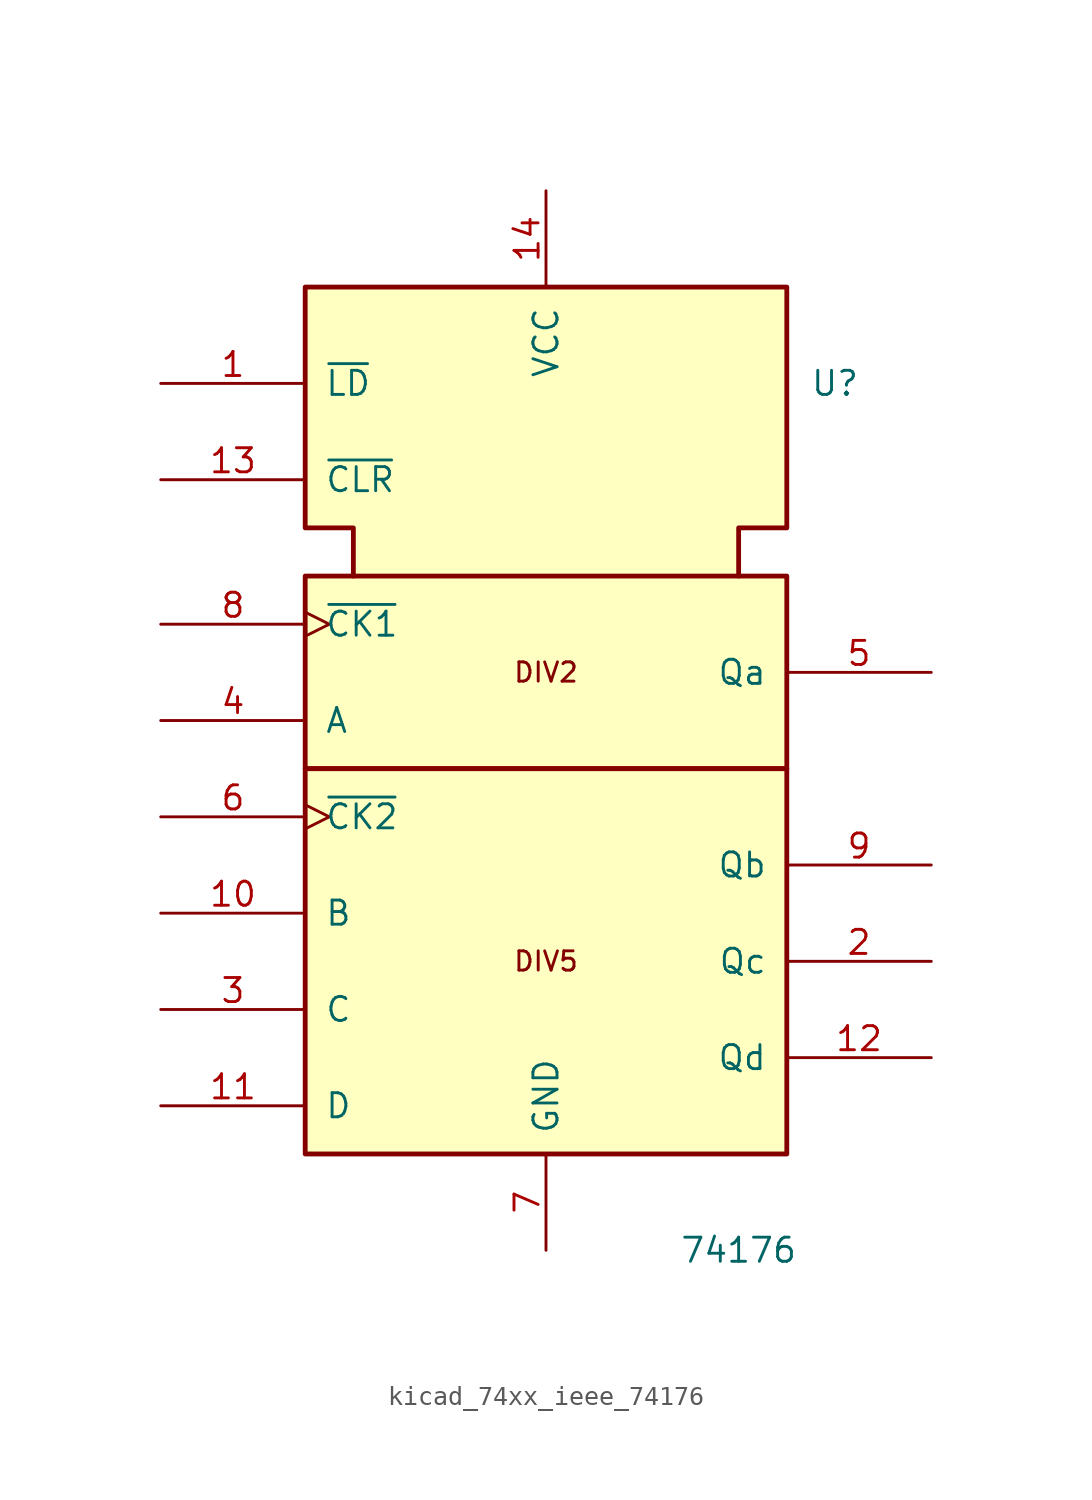
<source format=kicad_sym>
(kicad_symbol_lib
  (version 20220914)
  (generator kicad_symbol_editor)
  (symbol "kicad_74xx_ieee_74176"
    (pin_names
      (offset 1.016))
    (property "Reference" "U"
      (at 15.24 12.7 0)
      (effects (font (size 1.27 1.27))))
    (property "Value" "74176"
      (at 10.16 -33.02 0)
      (effects (font (size 1.27 1.27))))
    (symbol "kicad_74xx_ieee_74176_0_0"
      (polyline (pts (xy -10.16 2.54) (xy -10.16 5.08) (xy -12.7 5.08) (xy -12.7 17.78) (xy 12.7 17.78) (xy 12.7 5.08) (xy 10.16 5.08) (xy 10.16 2.54) (xy 10.16 2.54)) (stroke (width 0.254) (type default)) (fill (type background)))
      (text "DIV2" (at 0 -2.54 0) (effects (font (size 1.016 1.016))))
      (text "DIV5" (at 0 -17.78 0) (effects (font (size 1.016 1.016)))))
    (symbol "kicad_74xx_ieee_74176_0_1"
      (rectangle (start -12.7 -7.62) (end 12.7 -27.94) (stroke (width 0.254) (type default)) (fill (type background)))
      (rectangle (start -12.7 2.54) (end 12.7 -7.62) (stroke (width 0.254) (type default)) (fill (type background)))
      (pin power_in line (at 0 22.86 270) (length 5.08) (name "VCC" (effects (font (size 1.27 1.27)))) (number "14" (effects (font (size 1.27 1.27)))))
      (pin power_in line (at 0 -33.02 90) (length 5.08) (name "GND" (effects (font (size 1.27 1.27)))) (number "7" (effects (font (size 1.27 1.27))))))
    (symbol "kicad_74xx_ieee_74176_1_1"
      (pin input line (at -20.32 12.7 0) (length 7.62) (name "~{LD}" (effects (font (size 1.27 1.27)))) (number "1" (effects (font (size 1.27 1.27)))))
      (pin input line (at -20.32 -15.24 0) (length 7.62) (name "B" (effects (font (size 1.27 1.27)))) (number "10" (effects (font (size 1.27 1.27)))))
      (pin input line (at -20.32 -25.4 0) (length 7.62) (name "D" (effects (font (size 1.27 1.27)))) (number "11" (effects (font (size 1.27 1.27)))))
      (pin output line (at 20.32 -22.86 180) (length 7.62) (name "Qd" (effects (font (size 1.27 1.27)))) (number "12" (effects (font (size 1.27 1.27)))))
      (pin input line (at -20.32 7.62 0) (length 7.62) (name "~{CLR}" (effects (font (size 1.27 1.27)))) (number "13" (effects (font (size 1.27 1.27)))))
      (pin output line (at 20.32 -17.78 180) (length 7.62) (name "Qc" (effects (font (size 1.27 1.27)))) (number "2" (effects (font (size 1.27 1.27)))))
      (pin input line (at -20.32 -20.32 0) (length 7.62) (name "C" (effects (font (size 1.27 1.27)))) (number "3" (effects (font (size 1.27 1.27)))))
      (pin input line (at -20.32 -5.08 0) (length 7.62) (name "A" (effects (font (size 1.27 1.27)))) (number "4" (effects (font (size 1.27 1.27)))))
      (pin output line (at 20.32 -2.54 180) (length 7.62) (name "Qa" (effects (font (size 1.27 1.27)))) (number "5" (effects (font (size 1.27 1.27)))))
      (pin input clock (at -20.32 -10.16 0) (length 7.62) (name "~{CK2}" (effects (font (size 1.27 1.27)))) (number "6" (effects (font (size 1.27 1.27)))))
      (pin input clock (at -20.32 0 0) (length 7.62) (name "~{CK1}" (effects (font (size 1.27 1.27)))) (number "8" (effects (font (size 1.27 1.27)))))
      (pin output line (at 20.32 -12.7 180) (length 7.62) (name "Qb" (effects (font (size 1.27 1.27)))) (number "9" (effects (font (size 1.27 1.27))))))))
</source>
